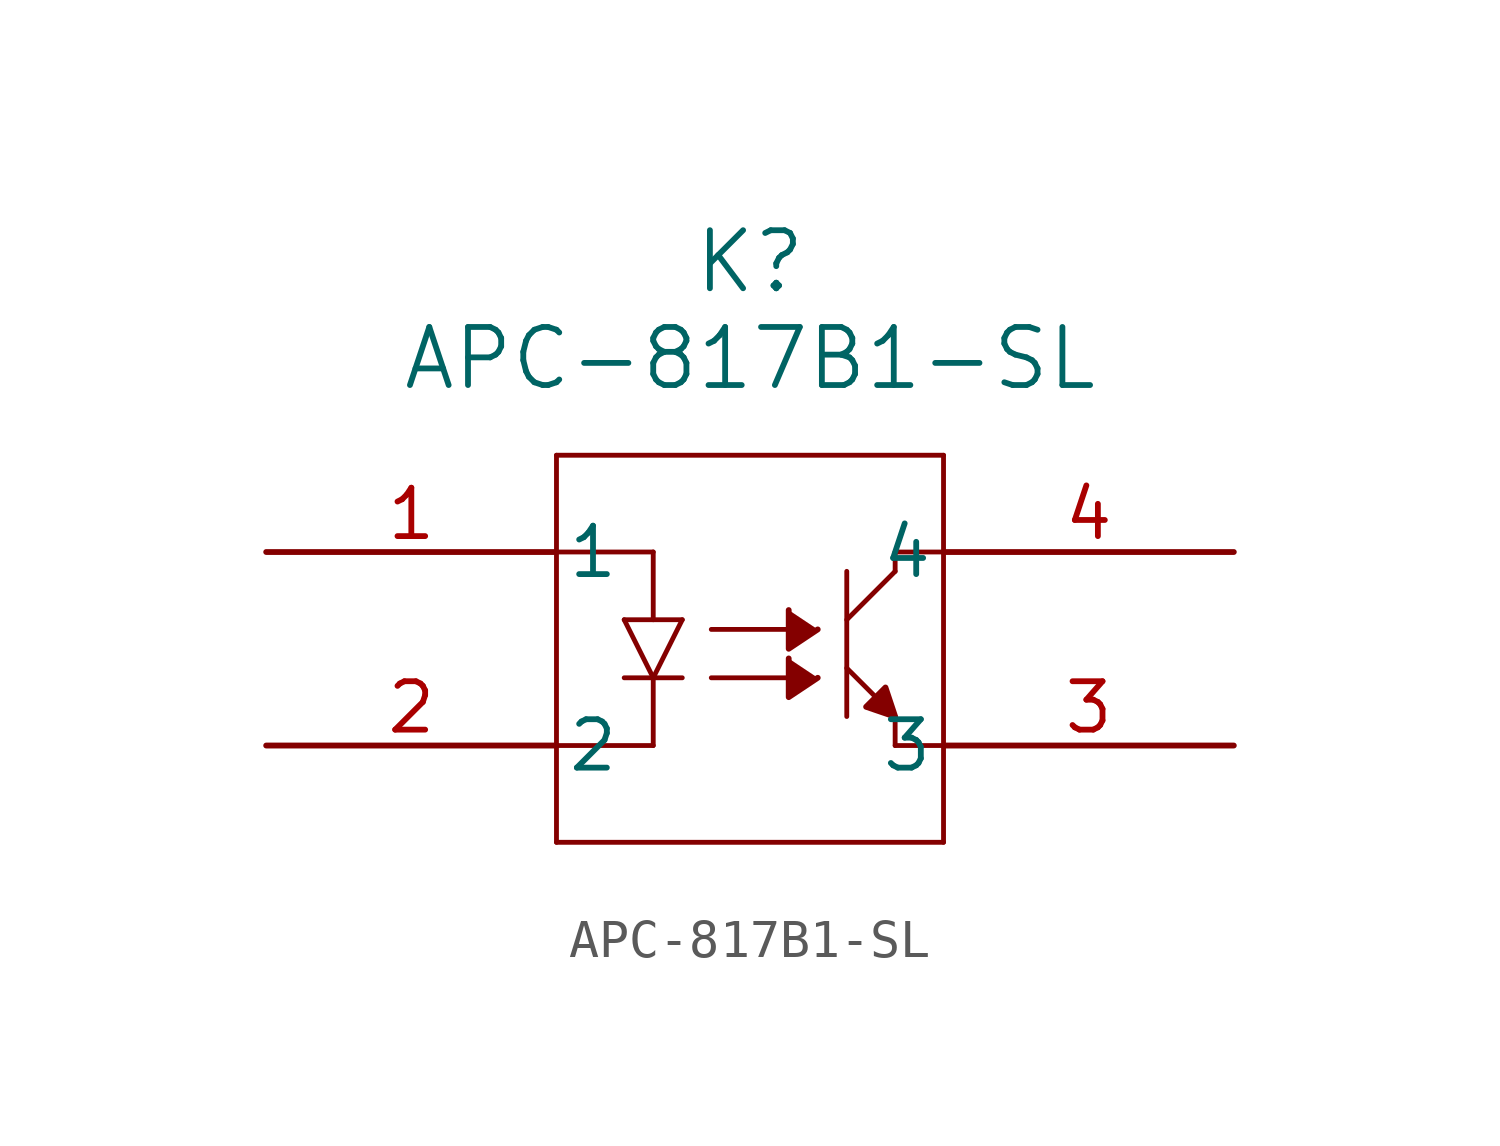
<source format=kicad_sym>
(kicad_symbol_lib
  (version 20220914)
  (generator kicad_symbol_editor)
  (symbol "APC-817B1-SL"
    (pin_names
      (offset 0.254))
    (property "Reference" "K"
      (at 12.7 7.62 0)
      (effects (font (size 1.524 1.524))))
    (property "Value" "APC-817B1-SL"
      (at 12.7 5.08 0)
      (effects (font (size 1.524 1.524))))
    (property "ki_locked" ""
      (at 0 0 0)
      (effects (font (size 1.27 1.27))))
    (symbol "APC-817B1-SL_0_1"
      (polyline (pts (xy 7.62 -7.62) (xy 7.62 2.54)) (stroke (width 0.127) (type default)) (fill (type none)))
      (polyline (pts (xy 7.62 -7.62) (xy 17.78 -7.62)) (stroke (width 0.127) (type default)) (fill (type none)))
      (polyline (pts (xy 9.398 -3.302) (xy 10.922 -3.302)) (stroke (width 0.127) (type default)) (fill (type none)))
      (polyline (pts (xy 9.398 -1.778) (xy 10.16 -3.302)) (stroke (width 0.127) (type default)) (fill (type none)))
      (polyline (pts (xy 10.16 -5.08) (xy 7.62 -5.08)) (stroke (width 0.127) (type default)) (fill (type none)))
      (polyline (pts (xy 10.16 -3.302) (xy 10.16 -5.08)) (stroke (width 0.127) (type default)) (fill (type none)))
      (polyline (pts (xy 10.16 -3.302) (xy 10.922 -1.778)) (stroke (width 0.127) (type default)) (fill (type none)))
      (polyline (pts (xy 10.16 0) (xy 7.62 0)) (stroke (width 0.127) (type default)) (fill (type none)))
      (polyline (pts (xy 10.16 0) (xy 10.16 -1.778)) (stroke (width 0.127) (type default)) (fill (type none)))
      (polyline (pts (xy 10.922 -1.778) (xy 9.398 -1.778)) (stroke (width 0.127) (type default)) (fill (type none)))
      (polyline (pts (xy 11.684 -3.302) (xy 13.716 -3.302)) (stroke (width 0.127) (type default)) (fill (type none)))
      (polyline (pts (xy 11.684 -2.032) (xy 13.716 -2.032)) (stroke (width 0.127) (type default)) (fill (type none)))
      (polyline (pts (xy 15.24 -4.318) (xy 15.24 -0.508)) (stroke (width 0.127) (type default)) (fill (type none)))
      (polyline (pts (xy 15.24 -3.048) (xy 16.002 -3.81)) (stroke (width 0.127) (type default)) (fill (type none)))
      (polyline (pts (xy 15.24 -1.778) (xy 16.51 -0.508)) (stroke (width 0.127) (type default)) (fill (type none)))
      (polyline (pts (xy 16.51 -4.318) (xy 16.51 -5.08)) (stroke (width 0.127) (type default)) (fill (type none)))
      (polyline (pts (xy 16.51 -0.508) (xy 16.51 0)) (stroke (width 0.127) (type default)) (fill (type none)))
      (polyline (pts (xy 16.51 0) (xy 17.78 0)) (stroke (width 0.127) (type default)) (fill (type none)))
      (polyline (pts (xy 17.78 -5.08) (xy 16.51 -5.08)) (stroke (width 0.127) (type default)) (fill (type none)))
      (polyline (pts (xy 17.78 2.54) (xy 7.62 2.54)) (stroke (width 0.127) (type default)) (fill (type none)))
      (polyline (pts (xy 17.78 2.54) (xy 17.78 -7.62)) (stroke (width 0.127) (type default)) (fill (type none)))
      (polyline (pts (xy 13.716 -2.794) (xy 13.716 -3.81) (xy 14.478 -3.302)) (stroke (width 0) (type default)) (fill (type outline)))
      (polyline (pts (xy 13.716 -1.524) (xy 13.716 -2.54) (xy 14.478 -2.032)) (stroke (width 0) (type default)) (fill (type outline)))
      (polyline (pts (xy 16.472 -4.311) (xy 15.748 -4.064) (xy 16.256 -3.556) (xy 16.51 -4.318)) (stroke (width 0) (type default)) (fill (type outline)))
      (pin unspecified line (at 0 0 0) (length 7.62) (name "1" (effects (font (size 1.27 1.27)))) (number "1" (effects (font (size 1.27 1.27)))))
      (pin unspecified line (at 0 -5.08 0) (length 7.62) (name "2" (effects (font (size 1.27 1.27)))) (number "2" (effects (font (size 1.27 1.27)))))
      (pin unspecified line (at 25.4 -5.08 180) (length 7.62) (name "3" (effects (font (size 1.27 1.27)))) (number "3" (effects (font (size 1.27 1.27)))))
      (pin unspecified line (at 25.4 0 180) (length 7.62) (name "4" (effects (font (size 1.27 1.27)))) (number "4" (effects (font (size 1.27 1.27))))))))
</source>
